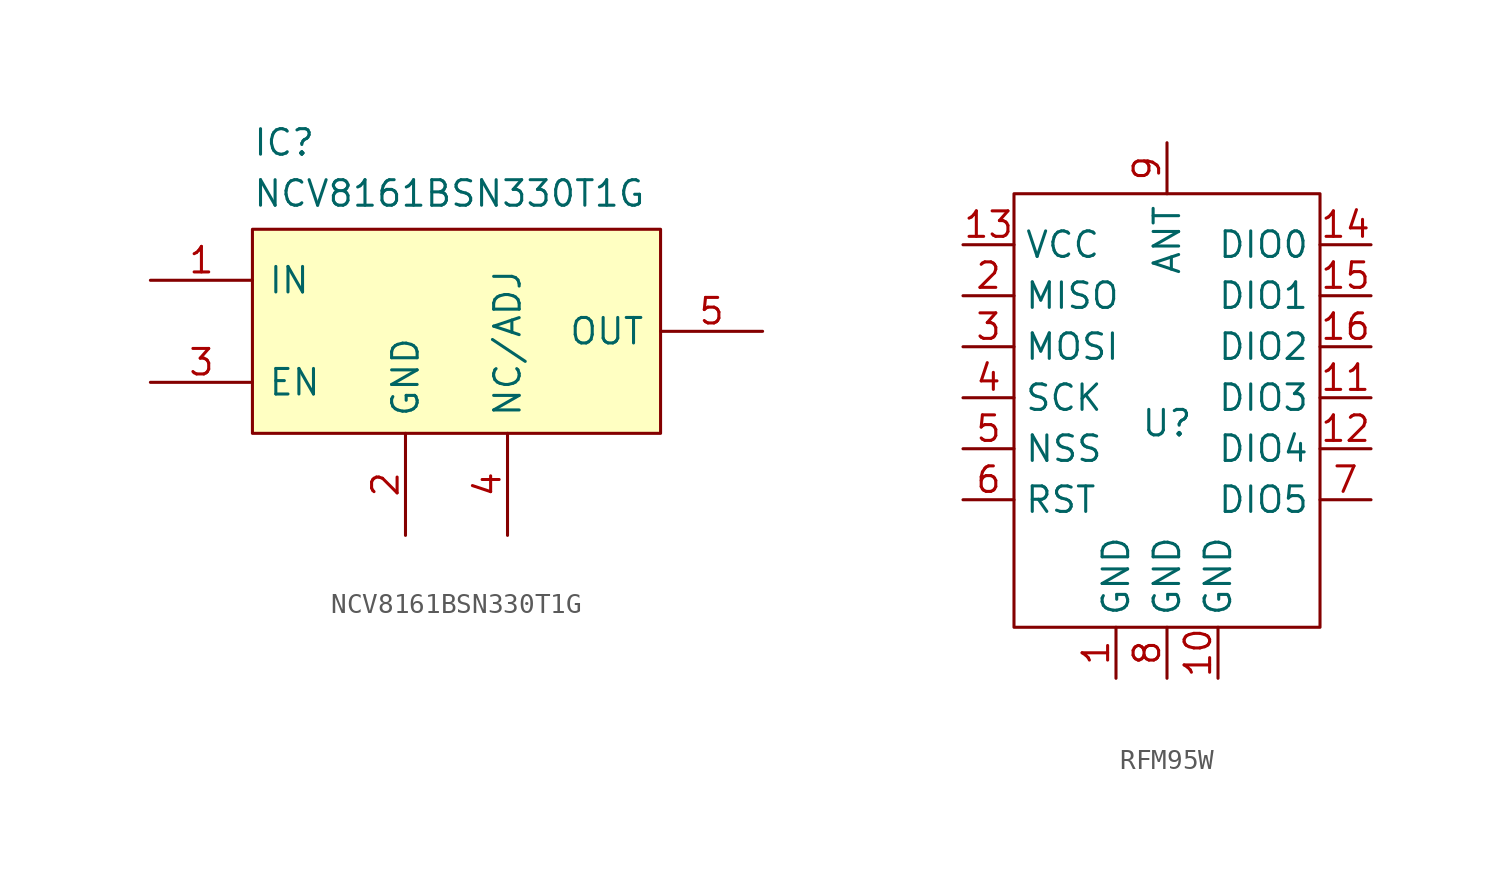
<source format=kicad_sym>
(kicad_symbol_lib
  (version 20231120)
  (generator "kicad_symbol_editor")
  (generator_version "8.0")
  (symbol "NCV8161BSN330T1G"
    (pin_names
      (offset 0.762))
    (property "Reference" "IC"
      (at 5.08 6.858 0)
      (effects (font (size 1.27 1.27)) (justify left)))
    (property "Value" "NCV8161BSN330T1G"
      (at 5.08 4.318 0)
      (effects (font (size 1.27 1.27)) (justify left)))
    (symbol "NCV8161BSN330T1G_0_0"
      (pin passive line (at 0 0 0) (length 5.08) (name "IN" (effects (font (size 1.27 1.27)))) (number "1" (effects (font (size 1.27 1.27)))))
      (pin passive line (at 12.7 -12.7 90) (length 5.08) (name "GND" (effects (font (size 1.27 1.27)))) (number "2" (effects (font (size 1.27 1.27)))))
      (pin passive line (at 0 -5.08 0) (length 5.08) (name "EN" (effects (font (size 1.27 1.27)))) (number "3" (effects (font (size 1.27 1.27)))))
      (pin passive line (at 17.78 -12.7 90) (length 5.08) (name "NC/ADJ" (effects (font (size 1.27 1.27)))) (number "4" (effects (font (size 1.27 1.27)))))
      (pin passive line (at 30.48 -2.54 180) (length 5.08) (name "OUT" (effects (font (size 1.27 1.27)))) (number "5" (effects (font (size 1.27 1.27))))))
    (symbol "NCV8161BSN330T1G_0_1"
      (polyline (pts (xy 5.08 2.54) (xy 25.4 2.54) (xy 25.4 -7.62) (xy 5.08 -7.62) (xy 5.08 2.54)) (stroke (width 0.152) (type solid)) (fill (type background)))))
  (symbol "RFM95W"
    (property "Reference" "U"
      (at 0 0 0)
      (effects (font (size 1.27 1.27))))
    (property "Value" ""
      (at 0 0 0)
      (effects (font (size 1.27 1.27))))
    (symbol "RFM95W_0_1"
      (rectangle (start -7.62 11.43) (end 7.62 -10.16) (stroke (width 0) (type default)) (fill (type none))))
    (symbol "RFM95W_1_1"
      (pin input line (at -2.54 -12.7 90) (length 2.54) (name "GND" (effects (font (size 1.27 1.27)))) (number "1" (effects (font (size 1.27 1.27)))))
      (pin input line (at 2.54 -12.7 90) (length 2.54) (name "GND" (effects (font (size 1.27 1.27)))) (number "10" (effects (font (size 1.27 1.27)))))
      (pin input line (at 10.16 1.27 180) (length 2.54) (name "DIO3" (effects (font (size 1.27 1.27)))) (number "11" (effects (font (size 1.27 1.27)))))
      (pin input line (at 10.16 -1.27 180) (length 2.54) (name "DIO4" (effects (font (size 1.27 1.27)))) (number "12" (effects (font (size 1.27 1.27)))))
      (pin input line (at -10.16 8.89 0) (length 2.54) (name "VCC" (effects (font (size 1.27 1.27)))) (number "13" (effects (font (size 1.27 1.27)))))
      (pin input line (at 10.16 8.89 180) (length 2.54) (name "DIO0" (effects (font (size 1.27 1.27)))) (number "14" (effects (font (size 1.27 1.27)))))
      (pin input line (at 10.16 6.35 180) (length 2.54) (name "DIO1" (effects (font (size 1.27 1.27)))) (number "15" (effects (font (size 1.27 1.27)))))
      (pin input line (at 10.16 3.81 180) (length 2.54) (name "DIO2" (effects (font (size 1.27 1.27)))) (number "16" (effects (font (size 1.27 1.27)))))
      (pin input line (at -10.16 6.35 0) (length 2.54) (name "MISO" (effects (font (size 1.27 1.27)))) (number "2" (effects (font (size 1.27 1.27)))))
      (pin input line (at -10.16 3.81 0) (length 2.54) (name "MOSI" (effects (font (size 1.27 1.27)))) (number "3" (effects (font (size 1.27 1.27)))))
      (pin input line (at -10.16 1.27 0) (length 2.54) (name "SCK" (effects (font (size 1.27 1.27)))) (number "4" (effects (font (size 1.27 1.27)))))
      (pin input line (at -10.16 -1.27 0) (length 2.54) (name "NSS" (effects (font (size 1.27 1.27)))) (number "5" (effects (font (size 1.27 1.27)))))
      (pin input line (at -10.16 -3.81 0) (length 2.54) (name "RST" (effects (font (size 1.27 1.27)))) (number "6" (effects (font (size 1.27 1.27)))))
      (pin input line (at 10.16 -3.81 180) (length 2.54) (name "DIO5" (effects (font (size 1.27 1.27)))) (number "7" (effects (font (size 1.27 1.27)))))
      (pin input line (at 0 -12.7 90) (length 2.54) (name "GND" (effects (font (size 1.27 1.27)))) (number "8" (effects (font (size 1.27 1.27)))))
      (pin input line (at 0 13.97 270) (length 2.54) (name "ANT" (effects (font (size 1.27 1.27)))) (number "9" (effects (font (size 1.27 1.27))))))))
</source>
